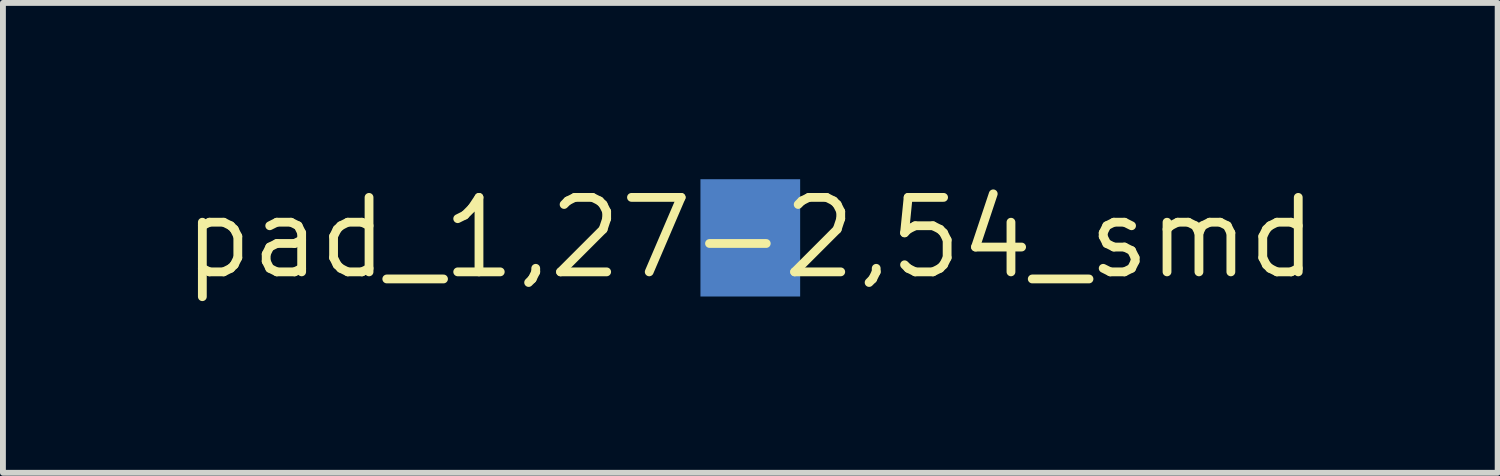
<source format=kicad_pcb>
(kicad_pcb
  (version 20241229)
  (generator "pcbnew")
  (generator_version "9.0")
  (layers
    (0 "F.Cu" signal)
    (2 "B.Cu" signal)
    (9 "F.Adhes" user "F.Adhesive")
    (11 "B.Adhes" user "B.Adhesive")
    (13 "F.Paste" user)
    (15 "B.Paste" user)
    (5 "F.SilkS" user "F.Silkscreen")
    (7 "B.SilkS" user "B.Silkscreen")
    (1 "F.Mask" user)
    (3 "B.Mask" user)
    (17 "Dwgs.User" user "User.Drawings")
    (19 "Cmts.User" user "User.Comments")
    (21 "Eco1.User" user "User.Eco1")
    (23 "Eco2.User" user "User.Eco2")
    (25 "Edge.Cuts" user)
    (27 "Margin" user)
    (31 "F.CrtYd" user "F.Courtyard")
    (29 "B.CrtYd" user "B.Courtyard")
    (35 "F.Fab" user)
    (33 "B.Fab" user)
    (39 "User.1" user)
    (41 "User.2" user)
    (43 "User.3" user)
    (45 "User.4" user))
  (footprint "pad_1,27-2,54_smd"
    (layer "F.Cu")
    (at 9.744 1.006)
    (property "Reference" "pad_1,27-2,54_smd" (at 0 0 0) (layer "F.SilkS") (effects (font (size 1.27 1.27) (thickness 0.15))))
    (pad "1" smd rect (at 0 0) (size 1.7 2) (layers "B.Cu" "B.Mask" "B.Paste")))
  (gr_rect
    (start -3 -3)
    (end 22.488 5.012)
    (stroke (width 0.1) (type default))
    (fill no)
    (layer "Edge.Cuts")))
</source>
